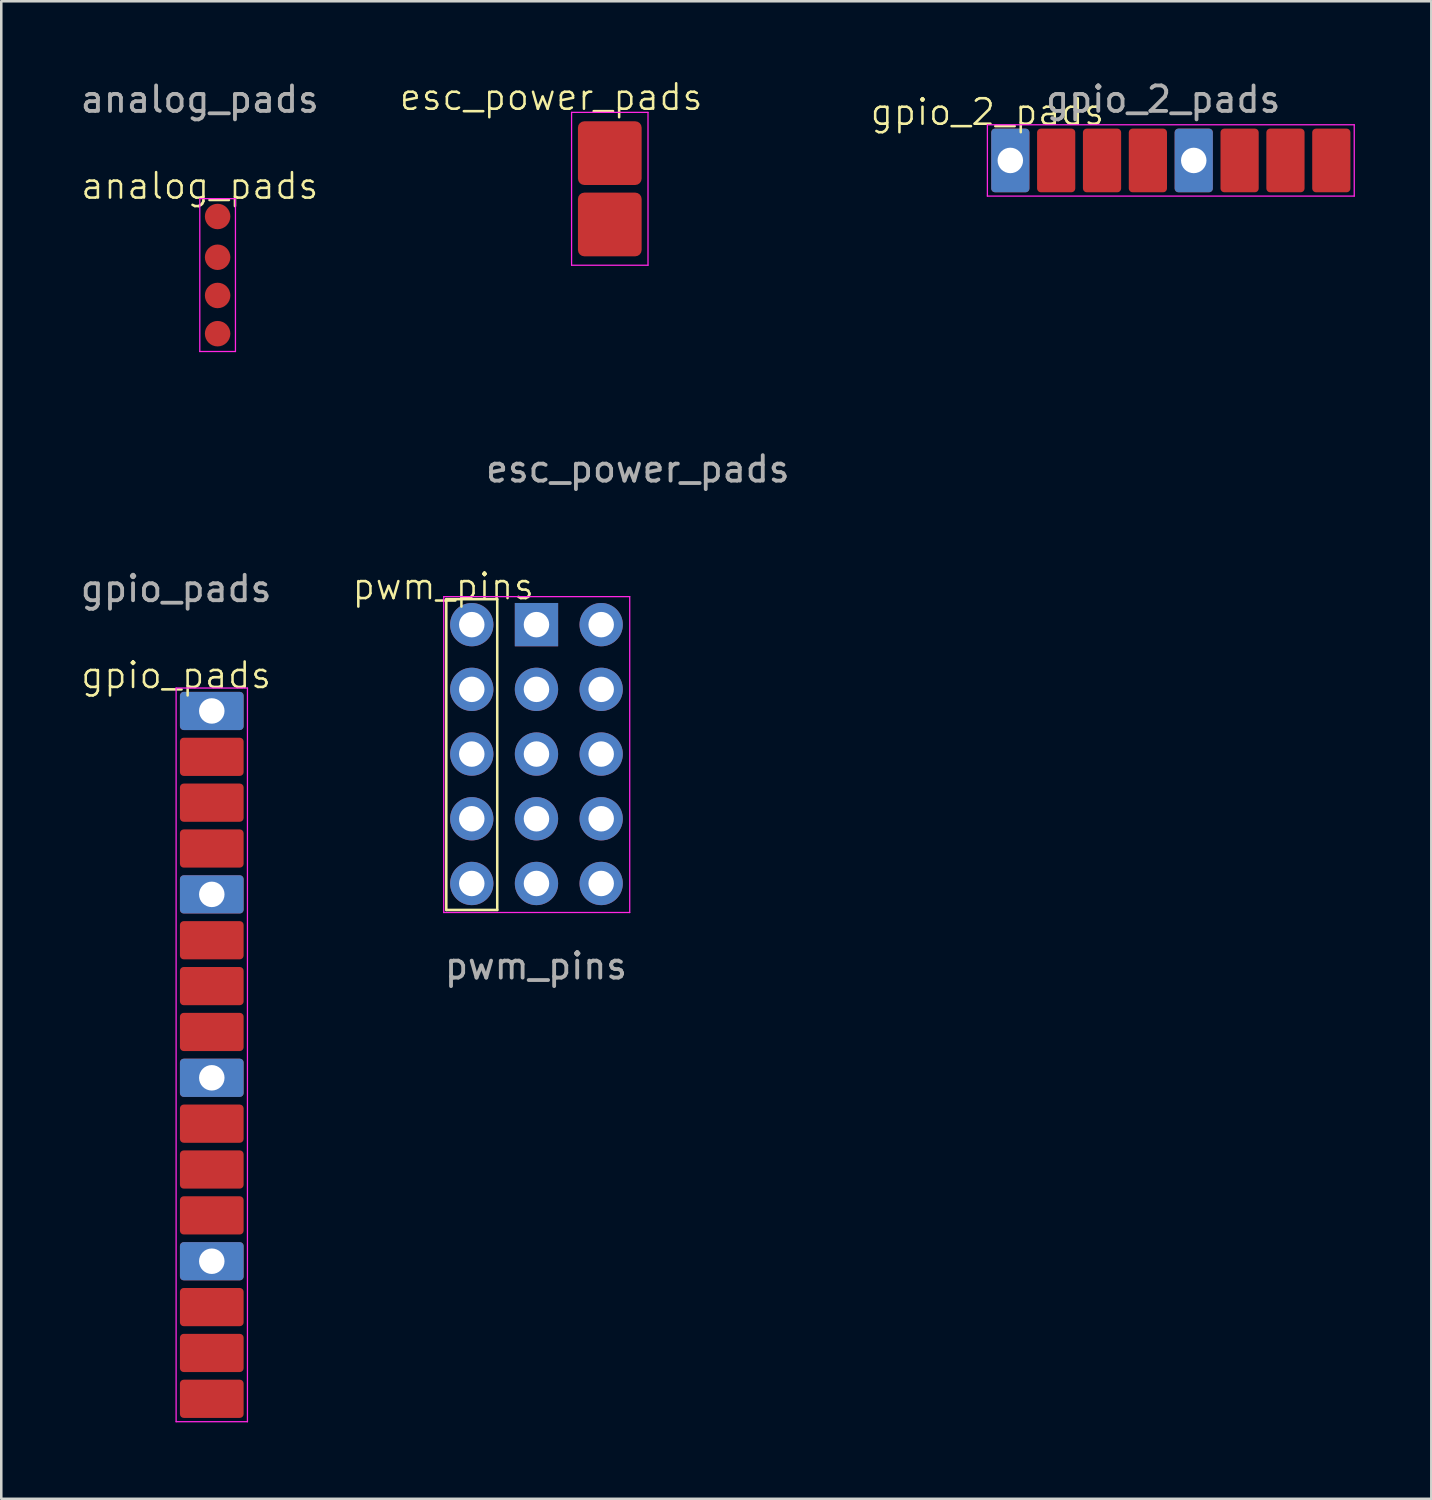
<source format=kicad_pcb>
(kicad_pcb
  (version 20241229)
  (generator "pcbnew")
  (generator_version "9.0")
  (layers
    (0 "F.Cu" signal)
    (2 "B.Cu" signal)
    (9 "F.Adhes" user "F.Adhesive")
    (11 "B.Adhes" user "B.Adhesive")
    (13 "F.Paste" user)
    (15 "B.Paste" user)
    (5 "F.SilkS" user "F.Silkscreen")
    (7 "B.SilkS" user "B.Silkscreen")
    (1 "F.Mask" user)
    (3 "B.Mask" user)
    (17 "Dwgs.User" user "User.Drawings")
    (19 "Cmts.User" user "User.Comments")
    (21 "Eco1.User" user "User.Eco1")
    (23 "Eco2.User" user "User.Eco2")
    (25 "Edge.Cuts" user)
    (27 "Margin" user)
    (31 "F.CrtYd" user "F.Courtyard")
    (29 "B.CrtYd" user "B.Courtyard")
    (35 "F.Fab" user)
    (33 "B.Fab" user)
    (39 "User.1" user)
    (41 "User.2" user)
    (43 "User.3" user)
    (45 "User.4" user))
  (footprint "esc_power_pads"
    (layer "F.Cu")
    (at 19.386 1.361)
    (property "Reference" "esc_power_pads" (at -0.8 -0.6 0) (unlocked yes) (layer "F.SilkS") (effects (font (size 1 1) (thickness 0.1))))
    (attr smd)
    (fp_line (start 0 0) (end 0 6) (stroke (width 0.05) (type solid)) (layer "F.CrtYd"))
    (fp_line (start 0 0) (end 3 0) (stroke (width 0.05) (type solid)) (layer "F.CrtYd"))
    (fp_line (start 0 6) (end 3 6) (stroke (width 0.05) (type solid)) (layer "F.CrtYd"))
    (fp_line (start 3 0) (end 3 6) (stroke (width 0.05) (type solid)) (layer "F.CrtYd"))
    (fp_text user "${REFERENCE}" (at 2.6 14 0) (unlocked yes) (layer "F.Fab") (effects (font (size 1 1) (thickness 0.15))))
    (pad "1" smd roundrect (at 1.5 1.6) (size 2.5 2.5) (layers "F.Cu" "F.Mask" "F.Paste") (roundrect_rratio 0.1))
    (pad "2" smd roundrect (at 1.5 4.4) (size 2.5 2.5) (layers "F.Cu" "F.Mask" "F.Paste") (roundrect_rratio 0.1)))
  (footprint "gpio_2_pads"
    (layer "F.Cu")
    (at 35.708 1.848)
    (property "Reference" "gpio_2_pads" (at 0 -0.5 0) (unlocked yes) (layer "F.SilkS") (effects (font (size 1 1) (thickness 0.1))))
    (attr smd)
    (fp_line (start 0 0) (end 0 2.8) (stroke (width 0.05) (type default)) (layer "F.CrtYd"))
    (fp_line (start 0 2.8) (end 14.4 2.8) (stroke (width 0.05) (type default)) (layer "F.CrtYd"))
    (fp_line (start 14.4 0) (end 0 0) (stroke (width 0.05) (type default)) (layer "F.CrtYd"))
    (fp_line (start 14.4 2.8) (end 14.4 0) (stroke (width 0.05) (type default)) (layer "F.CrtYd"))
    (fp_text user "${REFERENCE}" (at 6.9 -1 0) (unlocked yes) (layer "F.Fab") (effects (font (size 1 1) (thickness 0.15))))
    (pad "1" thru_hole roundrect (at 0.9 1.4 90) (size 2.5 1.5) (drill 1) (layers "*.Cu" "*.Mask") (roundrect_rratio 0.1))
    (pad "2" smd roundrect (at 2.7 1.4 90) (size 2.5 1.5) (layers "F.Cu" "F.Mask" "F.Paste") (roundrect_rratio 0.1))
    (pad "3" smd roundrect (at 4.5 1.4 90) (size 2.5 1.5) (layers "F.Cu" "F.Mask" "F.Paste") (roundrect_rratio 0.1))
    (pad "4" smd roundrect (at 6.3 1.4 90) (size 2.5 1.5) (layers "F.Cu" "F.Mask" "F.Paste") (roundrect_rratio 0.1))
    (pad "5" thru_hole roundrect (at 8.1 1.4 90) (size 2.5 1.5) (drill 1) (layers "*.Cu" "*.Mask") (roundrect_rratio 0.1))
    (pad "6" smd roundrect (at 9.9 1.4 90) (size 2.5 1.5) (layers "F.Cu" "F.Mask" "F.Paste") (roundrect_rratio 0.1))
    (pad "7" smd roundrect (at 11.7 1.4 90) (size 2.5 1.5) (layers "F.Cu" "F.Mask" "F.Paste") (roundrect_rratio 0.1))
    (pad "8" smd roundrect (at 13.5 1.4 90) (size 2.5 1.5) (layers "F.Cu" "F.Mask" "F.Paste") (roundrect_rratio 0.1)))
  (footprint "gpio_pads"
    (layer "F.Cu")
    (at 3.863 23.957)
    (property "Reference" "gpio_pads" (at 0 -0.5 0) (unlocked yes) (layer "F.SilkS") (effects (font (size 1 1) (thickness 0.1))))
    (attr smd)
    (fp_line (start 0 0) (end 0 28.8) (stroke (width 0.05) (type default)) (layer "F.CrtYd"))
    (fp_line (start 0 28.8) (end 2.8 28.8) (stroke (width 0.05) (type default)) (layer "F.CrtYd"))
    (fp_line (start 2.8 0) (end 0 0) (stroke (width 0.05) (type default)) (layer "F.CrtYd"))
    (fp_line (start 2.8 28.8) (end 2.8 0) (stroke (width 0.05) (type default)) (layer "F.CrtYd"))
    (fp_text user "${REFERENCE}" (at 0 -3.9 0) (unlocked yes) (layer "F.Fab") (effects (font (size 1 1) (thickness 0.15))))
    (pad "1" thru_hole roundrect (at 1.4 0.9) (size 2.5 1.5) (drill 1) (layers "*.Cu" "*.Mask") (roundrect_rratio 0.1))
    (pad "2" smd roundrect (at 1.4 2.7) (size 2.5 1.5) (layers "F.Cu" "F.Mask" "F.Paste") (roundrect_rratio 0.1))
    (pad "3" smd roundrect (at 1.4 4.5) (size 2.5 1.5) (layers "F.Cu" "F.Mask" "F.Paste") (roundrect_rratio 0.1))
    (pad "4" smd roundrect (at 1.4 6.3) (size 2.5 1.5) (layers "F.Cu" "F.Mask" "F.Paste") (roundrect_rratio 0.1))
    (pad "5" thru_hole roundrect (at 1.4 8.1) (size 2.5 1.5) (drill 1) (layers "*.Cu" "*.Mask") (roundrect_rratio 0.1))
    (pad "6" smd roundrect (at 1.4 9.9) (size 2.5 1.5) (layers "F.Cu" "F.Mask" "F.Paste") (roundrect_rratio 0.1))
    (pad "7" smd roundrect (at 1.4 11.7) (size 2.5 1.5) (layers "F.Cu" "F.Mask" "F.Paste") (roundrect_rratio 0.1))
    (pad "8" smd roundrect (at 1.4 13.5) (size 2.5 1.5) (layers "F.Cu" "F.Mask" "F.Paste") (roundrect_rratio 0.1))
    (pad "9" thru_hole roundrect (at 1.4 15.3) (size 2.5 1.5) (drill 1) (layers "*.Cu" "*.Mask") (roundrect_rratio 0.1))
    (pad "10" smd roundrect (at 1.4 17.1) (size 2.5 1.5) (layers "F.Cu" "F.Mask" "F.Paste") (roundrect_rratio 0.1))
    (pad "11" smd roundrect (at 1.4 18.9) (size 2.5 1.5) (layers "F.Cu" "F.Mask" "F.Paste") (roundrect_rratio 0.1))
    (pad "12" smd roundrect (at 1.4 20.7) (size 2.5 1.5) (layers "F.Cu" "F.Mask" "F.Paste") (roundrect_rratio 0.1))
    (pad "13" thru_hole roundrect (at 1.4 22.5) (size 2.5 1.5) (drill 1) (layers "*.Cu" "*.Mask") (roundrect_rratio 0.1))
    (pad "14" smd roundrect (at 1.4 24.3) (size 2.5 1.5) (layers "F.Cu" "F.Mask" "F.Paste") (roundrect_rratio 0.1))
    (pad "15" smd roundrect (at 1.4 26.1) (size 2.5 1.5) (layers "F.Cu" "F.Mask" "F.Paste") (roundrect_rratio 0.1))
    (pad "16" smd roundrect (at 1.4 27.9) (size 2.5 1.5) (layers "F.Cu" "F.Mask" "F.Paste") (roundrect_rratio 0.1)))
  (footprint "pwm_pins"
    (layer "F.Cu")
    (at 14.368 20.369)
    (property "Reference" "pwm_pins" (at -0.02 -0.4 0) (unlocked yes) (layer "F.SilkS") (effects (font (size 1 1) (thickness 0.1))))
    (attr smd)
    (fp_line (start 0.1 0.1) (end 0.1 12.3) (stroke (width 0.1) (type default)) (layer "F.SilkS"))
    (fp_line (start 0.1 12.3) (end 2.1 12.3) (stroke (width 0.1) (type default)) (layer "F.SilkS"))
    (fp_line (start 2.1 0.1) (end 0.1 0.1) (stroke (width 0.1) (type default)) (layer "F.SilkS"))
    (fp_line (start 2.1 12.3) (end 2.1 0.1) (stroke (width 0.1) (type default)) (layer "F.SilkS"))
    (fp_line (start 0 0) (end 0 12.4) (stroke (width 0.05) (type default)) (layer "F.CrtYd"))
    (fp_line (start 0 12.4) (end 7.3 12.4) (stroke (width 0.05) (type default)) (layer "F.CrtYd"))
    (fp_line (start 7.3 0) (end 0 0) (stroke (width 0.05) (type default)) (layer "F.CrtYd"))
    (fp_line (start 7.3 12.4) (end 7.3 0) (stroke (width 0.05) (type default)) (layer "F.CrtYd"))
    (fp_text user "${REFERENCE}" (at 3.62 14.5 0) (unlocked yes) (layer "F.Fab") (effects (font (size 1 1) (thickness 0.15))))
    (pad "1" thru_hole circle (at 1.1 11.26) (size 1.7 1.7) (drill 1) (layers "*.Cu" "*.Mask"))
    (pad "2" thru_hole circle (at 3.64 11.26) (size 1.7 1.7) (drill 1) (layers "*.Cu" "*.Mask"))
    (pad "3" thru_hole circle (at 6.18 11.26) (size 1.7 1.7) (drill 1) (layers "*.Cu" "*.Mask"))
    (pad "4" thru_hole circle (at 1.1 8.72) (size 1.7 1.7) (drill 1) (layers "*.Cu" "*.Mask"))
    (pad "5" thru_hole circle (at 3.64 8.72) (size 1.7 1.7) (drill 1) (layers "*.Cu" "*.Mask"))
    (pad "6" thru_hole circle (at 6.18 8.72) (size 1.7 1.7) (drill 1) (layers "*.Cu" "*.Mask"))
    (pad "7" thru_hole circle (at 1.1 6.18) (size 1.7 1.7) (drill 1) (layers "*.Cu" "*.Mask"))
    (pad "8" thru_hole circle (at 3.64 6.18) (size 1.7 1.7) (drill 1) (layers "*.Cu" "*.Mask"))
    (pad "9" thru_hole circle (at 6.18 6.18) (size 1.7 1.7) (drill 1) (layers "*.Cu" "*.Mask"))
    (pad "10" thru_hole circle (at 1.1 3.64) (size 1.7 1.7) (drill 1) (layers "*.Cu" "*.Mask"))
    (pad "11" thru_hole circle (at 3.64 3.64) (size 1.7 1.7) (drill 1) (layers "*.Cu" "*.Mask"))
    (pad "12" thru_hole circle (at 6.18 3.64) (size 1.7 1.7) (drill 1) (layers "*.Cu" "*.Mask"))
    (pad "13" thru_hole circle (at 1.1 1.1) (size 1.7 1.7) (drill 1) (layers "*.Cu" "*.Mask"))
    (pad "14" thru_hole rect (at 3.64 1.1) (size 1.7 1.7) (drill 1) (layers "*.Cu" "*.Mask"))
    (pad "15" thru_hole circle (at 6.18 1.1) (size 1.7 1.7) (drill 1) (layers "*.Cu" "*.Mask")))
  (footprint "analog_pads"
    (layer "F.Cu")
    (at 4.792 4.748)
    (property "Reference" "analog_pads" (at 0 -0.5 0) (unlocked yes) (layer "F.SilkS") (effects (font (size 1 1) (thickness 0.1))))
    (attr smd)
    (fp_line (start 0 0) (end 0 6) (stroke (width 0.05) (type default)) (layer "F.CrtYd"))
    (fp_line (start 0 6) (end 1.4 6) (stroke (width 0.05) (type default)) (layer "F.CrtYd"))
    (fp_line (start 1.4 0) (end 0 0) (stroke (width 0.05) (type default)) (layer "F.CrtYd"))
    (fp_line (start 1.4 6) (end 1.4 0) (stroke (width 0.05) (type default)) (layer "F.CrtYd"))
    (fp_text user "${REFERENCE}" (at 0 -3.9 0) (unlocked yes) (layer "F.Fab") (effects (font (size 1 1) (thickness 0.15))))
    (pad "1" smd circle (at 0.7 5.3) (size 1 1) (layers "F.Cu" "F.Mask" "F.Paste"))
    (pad "2" smd circle (at 0.7 3.8) (size 1 1) (layers "F.Cu" "F.Mask" "F.Paste"))
    (pad "3" smd circle (at 0.7 2.3) (size 1 1) (layers "F.Cu" "F.Mask" "F.Paste"))
    (pad "4" smd circle (at 0.7 0.7) (size 1 1) (layers "F.Cu" "F.Mask" "F.Paste")))
  (gr_rect
    (start -3 -3)
    (end 53.133 55.782)
    (stroke (width 0.1) (type default))
    (fill no)
    (layer "Edge.Cuts")))
</source>
